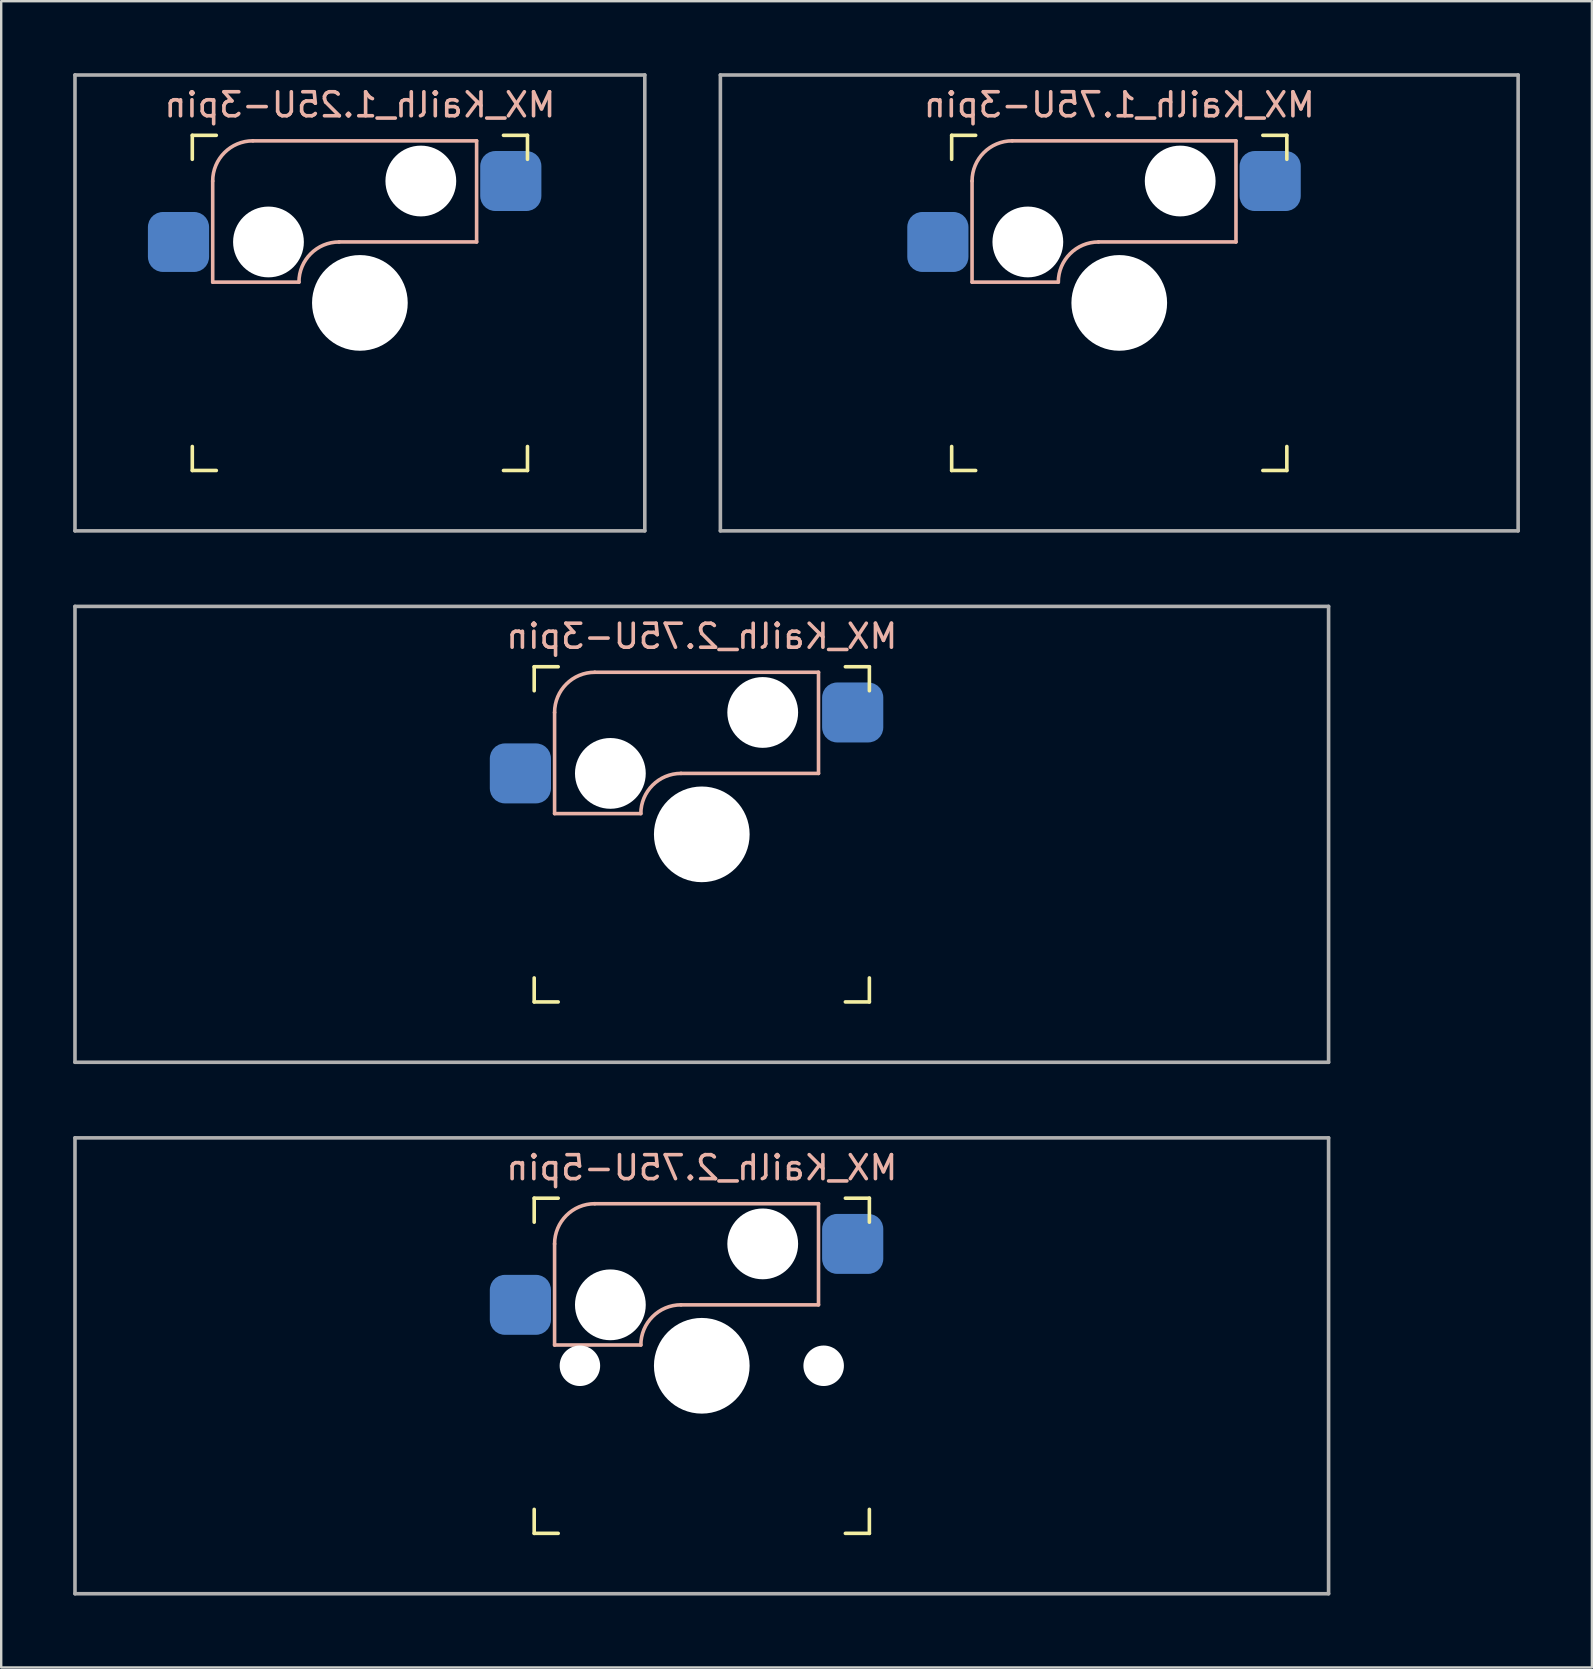
<source format=kicad_pcb>
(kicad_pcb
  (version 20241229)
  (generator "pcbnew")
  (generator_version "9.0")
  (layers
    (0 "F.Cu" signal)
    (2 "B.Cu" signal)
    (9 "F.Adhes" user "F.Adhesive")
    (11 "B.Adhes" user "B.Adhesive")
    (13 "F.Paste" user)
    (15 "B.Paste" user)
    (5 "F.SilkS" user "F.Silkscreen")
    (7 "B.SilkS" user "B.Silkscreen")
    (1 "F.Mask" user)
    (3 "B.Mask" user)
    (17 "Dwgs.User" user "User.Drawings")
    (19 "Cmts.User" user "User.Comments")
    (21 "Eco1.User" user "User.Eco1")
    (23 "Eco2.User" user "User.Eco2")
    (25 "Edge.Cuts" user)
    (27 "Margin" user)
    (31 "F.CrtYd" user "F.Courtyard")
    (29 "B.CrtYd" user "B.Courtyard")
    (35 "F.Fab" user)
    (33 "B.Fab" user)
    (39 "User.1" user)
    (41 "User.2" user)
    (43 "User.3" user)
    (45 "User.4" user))
  (footprint "MX_Kailh_2.75U-3pin"
    (layer "F.Cu")
    (at 26.2 31.725)
    (property "Reference" "MX_Kailh_2.75U-3pin" (at 0 -8.255 0) (layer "B.SilkS") (effects (font (size 1 1) (thickness 0.15)) (justify mirror)))
    (attr smd)
    (fp_line (start -6.985 -5.985) (end -6.985 -6.985) (stroke (width 0.15) (type solid)) (layer "F.SilkS"))
    (fp_line (start -6.985 6.985) (end -6.985 5.985) (stroke (width 0.15) (type solid)) (layer "F.SilkS"))
    (fp_line (start -6.985 6.985) (end -5.985 6.985) (stroke (width 0.15) (type solid)) (layer "F.SilkS"))
    (fp_line (start -5.985 -6.985) (end -6.985 -6.985) (stroke (width 0.15) (type solid)) (layer "F.SilkS"))
    (fp_line (start 5.985 6.985) (end 6.985 6.985) (stroke (width 0.15) (type solid)) (layer "F.SilkS"))
    (fp_line (start 6.985 -6.985) (end 5.985 -6.985) (stroke (width 0.15) (type solid)) (layer "F.SilkS"))
    (fp_line (start 6.985 -6.985) (end 6.985 -5.985) (stroke (width 0.15) (type solid)) (layer "F.SilkS"))
    (fp_line (start 6.985 5.985) (end 6.985 6.985) (stroke (width 0.15) (type solid)) (layer "F.SilkS"))
    (fp_line (start -6.135 -5.08) (end -6.135 -0.865) (stroke (width 0.15) (type solid)) (layer "B.SilkS"))
    (fp_line (start -6.135 -0.865) (end -2.54 -0.865) (stroke (width 0.15) (type solid)) (layer "B.SilkS"))
    (fp_line (start -4.46 -6.755) (end 4.865 -6.755) (stroke (width 0.15) (type solid)) (layer "B.SilkS"))
    (fp_line (start -0.865 -2.54) (end 4.865 -2.54) (stroke (width 0.15) (type solid)) (layer "B.SilkS"))
    (fp_line (start 4.865 -6.755) (end 4.865 -2.54) (stroke (width 0.15) (type solid)) (layer "B.SilkS"))
    (fp_arc (start -6.135 -5.08) (mid -5.644404 -6.264404) (end -4.46 -6.755) (stroke (width 0.15) (type solid)) (layer "B.SilkS"))
    (fp_arc (start -2.54 -0.865) (mid -2.049404 -2.049404) (end -0.865 -2.54) (stroke (width 0.15) (type solid)) (layer "B.SilkS"))
    (fp_line (start -6.985 6.985) (end -6.985 -6.985) (stroke (width 0.15) (type solid)) (layer "Eco2.User"))
    (fp_line (start -6.985 6.985) (end 6.985 6.985) (stroke (width 0.15) (type solid)) (layer "Eco2.User"))
    (fp_line (start 6.985 -6.985) (end -6.985 -6.985) (stroke (width 0.15) (type solid)) (layer "Eco2.User"))
    (fp_line (start 6.985 -6.985) (end 6.985 6.985) (stroke (width 0.15) (type solid)) (layer "Eco2.User"))
    (fp_line (start -26.125 -9.5) (end 26.125 -9.5) (stroke (width 0.15) (type solid)) (layer "F.Fab"))
    (fp_line (start -26.125 9.5) (end -26.125 -9.5) (stroke (width 0.15) (type solid)) (layer "F.Fab"))
    (fp_line (start 26.125 -9.5) (end 26.125 9.5) (stroke (width 0.15) (type solid)) (layer "F.Fab"))
    (fp_line (start 26.125 9.5) (end -26.125 9.5) (stroke (width 0.15) (type solid)) (layer "F.Fab"))
    (pad "" np_thru_hole circle (at -3.81 -2.54) (size 2.95 2.95) (drill 2.95) (layers "*.Cu" "*.Mask"))
    (pad "" np_thru_hole circle (at 0 0) (size 3.988 3.988) (drill 3.988) (layers "*.Cu" "*.Mask"))
    (pad "" np_thru_hole circle (at 2.54 -5.08) (size 2.95 2.95) (drill 2.95) (layers "*.Cu" "*.Mask"))
    (pad "1" smd roundrect (at 6.29 -5.08) (size 2.55 2.5) (layers "B.Cu" "B.Mask" "B.Paste") (roundrect_rratio 0.25))
    (pad "2" smd roundrect (at -7.56 -2.54) (size 2.55 2.5) (layers "B.Cu" "B.Mask" "B.Paste") (roundrect_rratio 0.25)))
  (footprint "MX_Kailh_2.75U-5pin"
    (layer "F.Cu")
    (at 26.2 53.875)
    (property "Reference" "MX_Kailh_2.75U-5pin" (at 0 -8.255 0) (layer "B.SilkS") (effects (font (size 1 1) (thickness 0.15)) (justify mirror)))
    (attr smd)
    (fp_line (start -6.985 -5.985) (end -6.985 -6.985) (stroke (width 0.15) (type solid)) (layer "F.SilkS"))
    (fp_line (start -6.985 6.985) (end -6.985 5.985) (stroke (width 0.15) (type solid)) (layer "F.SilkS"))
    (fp_line (start -6.985 6.985) (end -5.985 6.985) (stroke (width 0.15) (type solid)) (layer "F.SilkS"))
    (fp_line (start -5.985 -6.985) (end -6.985 -6.985) (stroke (width 0.15) (type solid)) (layer "F.SilkS"))
    (fp_line (start 5.985 6.985) (end 6.985 6.985) (stroke (width 0.15) (type solid)) (layer "F.SilkS"))
    (fp_line (start 6.985 -6.985) (end 5.985 -6.985) (stroke (width 0.15) (type solid)) (layer "F.SilkS"))
    (fp_line (start 6.985 -6.985) (end 6.985 -5.985) (stroke (width 0.15) (type solid)) (layer "F.SilkS"))
    (fp_line (start 6.985 5.985) (end 6.985 6.985) (stroke (width 0.15) (type solid)) (layer "F.SilkS"))
    (fp_line (start -6.135 -5.08) (end -6.135 -0.865) (stroke (width 0.15) (type solid)) (layer "B.SilkS"))
    (fp_line (start -6.135 -0.865) (end -2.54 -0.865) (stroke (width 0.15) (type solid)) (layer "B.SilkS"))
    (fp_line (start -4.46 -6.755) (end 4.865 -6.755) (stroke (width 0.15) (type solid)) (layer "B.SilkS"))
    (fp_line (start -0.865 -2.54) (end 4.865 -2.54) (stroke (width 0.15) (type solid)) (layer "B.SilkS"))
    (fp_line (start 4.865 -6.755) (end 4.865 -2.54) (stroke (width 0.15) (type solid)) (layer "B.SilkS"))
    (fp_arc (start -6.135 -5.08) (mid -5.644404 -6.264404) (end -4.46 -6.755) (stroke (width 0.15) (type solid)) (layer "B.SilkS"))
    (fp_arc (start -2.54 -0.865) (mid -2.049404 -2.049404) (end -0.865 -2.54) (stroke (width 0.15) (type solid)) (layer "B.SilkS"))
    (fp_line (start -6.985 6.985) (end -6.985 -6.985) (stroke (width 0.15) (type solid)) (layer "Eco2.User"))
    (fp_line (start -6.985 6.985) (end 6.985 6.985) (stroke (width 0.15) (type solid)) (layer "Eco2.User"))
    (fp_line (start 6.985 -6.985) (end -6.985 -6.985) (stroke (width 0.15) (type solid)) (layer "Eco2.User"))
    (fp_line (start 6.985 -6.985) (end 6.985 6.985) (stroke (width 0.15) (type solid)) (layer "Eco2.User"))
    (fp_line (start -26.125 -9.5) (end 26.125 -9.5) (stroke (width 0.15) (type solid)) (layer "F.Fab"))
    (fp_line (start -26.125 9.5) (end -26.125 -9.5) (stroke (width 0.15) (type solid)) (layer "F.Fab"))
    (fp_line (start 26.125 -9.5) (end 26.125 9.5) (stroke (width 0.15) (type solid)) (layer "F.Fab"))
    (fp_line (start 26.125 9.5) (end -26.125 9.5) (stroke (width 0.15) (type solid)) (layer "F.Fab"))
    (pad "" np_thru_hole circle (at -5.08 0) (size 1.688 1.688) (drill 1.688) (layers "*.Cu" "*.Mask"))
    (pad "" np_thru_hole circle (at -3.81 -2.54) (size 2.95 2.95) (drill 2.95) (layers "*.Cu" "*.Mask"))
    (pad "" np_thru_hole circle (at 0 0) (size 3.988 3.988) (drill 3.988) (layers "*.Cu" "*.Mask"))
    (pad "" np_thru_hole circle (at 2.54 -5.08) (size 2.95 2.95) (drill 2.95) (layers "*.Cu" "*.Mask"))
    (pad "" np_thru_hole circle (at 5.08 0) (size 1.688 1.688) (drill 1.688) (layers "*.Cu" "*.Mask"))
    (pad "1" smd roundrect (at 6.29 -5.08) (size 2.55 2.5) (layers "B.Cu" "B.Mask" "B.Paste") (roundrect_rratio 0.25))
    (pad "2" smd roundrect (at -7.56 -2.54) (size 2.55 2.5) (layers "B.Cu" "B.Mask" "B.Paste") (roundrect_rratio 0.25)))
  (footprint "MX_Kailh_1.75U-3pin"
    (layer "F.Cu")
    (at 43.6 9.575)
    (property "Reference" "MX_Kailh_1.75U-3pin" (at 0 -8.255 0) (layer "B.SilkS") (effects (font (size 1 1) (thickness 0.15)) (justify mirror)))
    (attr smd)
    (fp_line (start -6.985 -5.985) (end -6.985 -6.985) (stroke (width 0.15) (type solid)) (layer "F.SilkS"))
    (fp_line (start -6.985 6.985) (end -6.985 5.985) (stroke (width 0.15) (type solid)) (layer "F.SilkS"))
    (fp_line (start -6.985 6.985) (end -5.985 6.985) (stroke (width 0.15) (type solid)) (layer "F.SilkS"))
    (fp_line (start -5.985 -6.985) (end -6.985 -6.985) (stroke (width 0.15) (type solid)) (layer "F.SilkS"))
    (fp_line (start 5.985 6.985) (end 6.985 6.985) (stroke (width 0.15) (type solid)) (layer "F.SilkS"))
    (fp_line (start 6.985 -6.985) (end 5.985 -6.985) (stroke (width 0.15) (type solid)) (layer "F.SilkS"))
    (fp_line (start 6.985 -6.985) (end 6.985 -5.985) (stroke (width 0.15) (type solid)) (layer "F.SilkS"))
    (fp_line (start 6.985 5.985) (end 6.985 6.985) (stroke (width 0.15) (type solid)) (layer "F.SilkS"))
    (fp_line (start -6.135 -5.08) (end -6.135 -0.865) (stroke (width 0.15) (type solid)) (layer "B.SilkS"))
    (fp_line (start -6.135 -0.865) (end -2.54 -0.865) (stroke (width 0.15) (type solid)) (layer "B.SilkS"))
    (fp_line (start -4.46 -6.755) (end 4.865 -6.755) (stroke (width 0.15) (type solid)) (layer "B.SilkS"))
    (fp_line (start -0.865 -2.54) (end 4.865 -2.54) (stroke (width 0.15) (type solid)) (layer "B.SilkS"))
    (fp_line (start 4.865 -6.755) (end 4.865 -2.54) (stroke (width 0.15) (type solid)) (layer "B.SilkS"))
    (fp_arc (start -6.135 -5.08) (mid -5.644404 -6.264404) (end -4.46 -6.755) (stroke (width 0.15) (type solid)) (layer "B.SilkS"))
    (fp_arc (start -2.54 -0.865) (mid -2.049404 -2.049404) (end -0.865 -2.54) (stroke (width 0.15) (type solid)) (layer "B.SilkS"))
    (fp_line (start -6.985 6.985) (end -6.985 -6.985) (stroke (width 0.15) (type solid)) (layer "Eco2.User"))
    (fp_line (start -6.985 6.985) (end 6.985 6.985) (stroke (width 0.15) (type solid)) (layer "Eco2.User"))
    (fp_line (start 6.985 -6.985) (end -6.985 -6.985) (stroke (width 0.15) (type solid)) (layer "Eco2.User"))
    (fp_line (start 6.985 -6.985) (end 6.985 6.985) (stroke (width 0.15) (type solid)) (layer "Eco2.User"))
    (fp_line (start -16.625 -9.5) (end 16.625 -9.5) (stroke (width 0.15) (type solid)) (layer "F.Fab"))
    (fp_line (start -16.625 9.5) (end -16.625 -9.5) (stroke (width 0.15) (type solid)) (layer "F.Fab"))
    (fp_line (start 16.625 -9.5) (end 16.625 9.5) (stroke (width 0.15) (type solid)) (layer "F.Fab"))
    (fp_line (start 16.625 9.5) (end -16.625 9.5) (stroke (width 0.15) (type solid)) (layer "F.Fab"))
    (pad "" np_thru_hole circle (at -3.81 -2.54) (size 2.95 2.95) (drill 2.95) (layers "*.Cu" "*.Mask"))
    (pad "" np_thru_hole circle (at 0 0) (size 3.988 3.988) (drill 3.988) (layers "*.Cu" "*.Mask"))
    (pad "" np_thru_hole circle (at 2.54 -5.08) (size 2.95 2.95) (drill 2.95) (layers "*.Cu" "*.Mask"))
    (pad "1" smd roundrect (at 6.29 -5.08) (size 2.55 2.5) (layers "B.Cu" "B.Mask" "B.Paste") (roundrect_rratio 0.25))
    (pad "2" smd roundrect (at -7.56 -2.54) (size 2.55 2.5) (layers "B.Cu" "B.Mask" "B.Paste") (roundrect_rratio 0.25)))
  (footprint "MX_Kailh_1.25U-3pin"
    (layer "F.Cu")
    (at 11.95 9.575)
    (property "Reference" "MX_Kailh_1.25U-3pin" (at 0 -8.255 0) (layer "B.SilkS") (effects (font (size 1 1) (thickness 0.15)) (justify mirror)))
    (attr smd)
    (fp_line (start -6.985 -5.985) (end -6.985 -6.985) (stroke (width 0.15) (type solid)) (layer "F.SilkS"))
    (fp_line (start -6.985 6.985) (end -6.985 5.985) (stroke (width 0.15) (type solid)) (layer "F.SilkS"))
    (fp_line (start -6.985 6.985) (end -5.985 6.985) (stroke (width 0.15) (type solid)) (layer "F.SilkS"))
    (fp_line (start -5.985 -6.985) (end -6.985 -6.985) (stroke (width 0.15) (type solid)) (layer "F.SilkS"))
    (fp_line (start 5.985 6.985) (end 6.985 6.985) (stroke (width 0.15) (type solid)) (layer "F.SilkS"))
    (fp_line (start 6.985 -6.985) (end 5.985 -6.985) (stroke (width 0.15) (type solid)) (layer "F.SilkS"))
    (fp_line (start 6.985 -6.985) (end 6.985 -5.985) (stroke (width 0.15) (type solid)) (layer "F.SilkS"))
    (fp_line (start 6.985 5.985) (end 6.985 6.985) (stroke (width 0.15) (type solid)) (layer "F.SilkS"))
    (fp_line (start -6.135 -5.08) (end -6.135 -0.865) (stroke (width 0.15) (type solid)) (layer "B.SilkS"))
    (fp_line (start -6.135 -0.865) (end -2.54 -0.865) (stroke (width 0.15) (type solid)) (layer "B.SilkS"))
    (fp_line (start -4.46 -6.755) (end 4.865 -6.755) (stroke (width 0.15) (type solid)) (layer "B.SilkS"))
    (fp_line (start -0.865 -2.54) (end 4.865 -2.54) (stroke (width 0.15) (type solid)) (layer "B.SilkS"))
    (fp_line (start 4.865 -6.755) (end 4.865 -2.54) (stroke (width 0.15) (type solid)) (layer "B.SilkS"))
    (fp_arc (start -6.135 -5.08) (mid -5.644404 -6.264404) (end -4.46 -6.755) (stroke (width 0.15) (type solid)) (layer "B.SilkS"))
    (fp_arc (start -2.54 -0.865) (mid -2.049404 -2.049404) (end -0.865 -2.54) (stroke (width 0.15) (type solid)) (layer "B.SilkS"))
    (fp_line (start -6.985 6.985) (end -6.985 -6.985) (stroke (width 0.15) (type solid)) (layer "Eco2.User"))
    (fp_line (start -6.985 6.985) (end 6.985 6.985) (stroke (width 0.15) (type solid)) (layer "Eco2.User"))
    (fp_line (start 6.985 -6.985) (end -6.985 -6.985) (stroke (width 0.15) (type solid)) (layer "Eco2.User"))
    (fp_line (start 6.985 -6.985) (end 6.985 6.985) (stroke (width 0.15) (type solid)) (layer "Eco2.User"))
    (fp_line (start -11.875 -9.5) (end 11.875 -9.5) (stroke (width 0.15) (type solid)) (layer "F.Fab"))
    (fp_line (start -11.875 9.5) (end -11.875 -9.5) (stroke (width 0.15) (type solid)) (layer "F.Fab"))
    (fp_line (start 11.875 -9.5) (end 11.875 9.5) (stroke (width 0.15) (type solid)) (layer "F.Fab"))
    (fp_line (start 11.875 9.5) (end -11.875 9.5) (stroke (width 0.15) (type solid)) (layer "F.Fab"))
    (pad "" np_thru_hole circle (at -3.81 -2.54) (size 2.95 2.95) (drill 2.95) (layers "*.Cu" "*.Mask"))
    (pad "" np_thru_hole circle (at 0 0) (size 3.988 3.988) (drill 3.988) (layers "*.Cu" "*.Mask"))
    (pad "" np_thru_hole circle (at 2.54 -5.08) (size 2.95 2.95) (drill 2.95) (layers "*.Cu" "*.Mask"))
    (pad "1" smd roundrect (at 6.29 -5.08) (size 2.55 2.5) (layers "B.Cu" "B.Mask" "B.Paste") (roundrect_rratio 0.25))
    (pad "2" smd roundrect (at -7.56 -2.54) (size 2.55 2.5) (layers "B.Cu" "B.Mask" "B.Paste") (roundrect_rratio 0.25)))
  (gr_rect
    (start -3 -3)
    (end 63.3 66.45)
    (stroke (width 0.1) (type default))
    (fill no)
    (layer "Edge.Cuts")))
</source>
